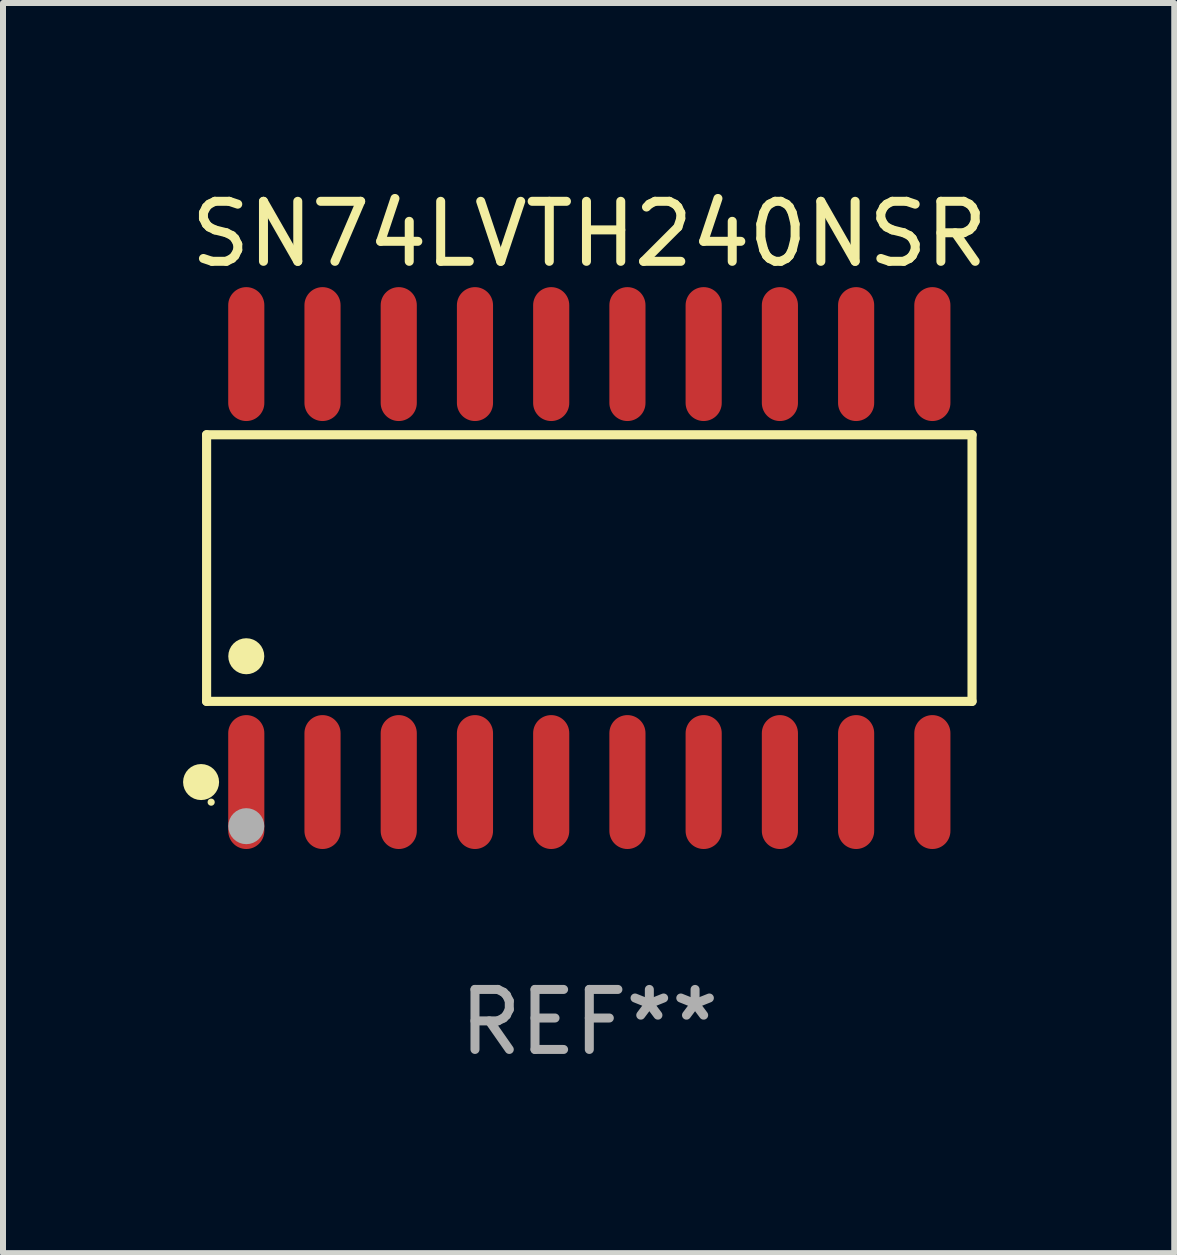
<source format=kicad_pcb>
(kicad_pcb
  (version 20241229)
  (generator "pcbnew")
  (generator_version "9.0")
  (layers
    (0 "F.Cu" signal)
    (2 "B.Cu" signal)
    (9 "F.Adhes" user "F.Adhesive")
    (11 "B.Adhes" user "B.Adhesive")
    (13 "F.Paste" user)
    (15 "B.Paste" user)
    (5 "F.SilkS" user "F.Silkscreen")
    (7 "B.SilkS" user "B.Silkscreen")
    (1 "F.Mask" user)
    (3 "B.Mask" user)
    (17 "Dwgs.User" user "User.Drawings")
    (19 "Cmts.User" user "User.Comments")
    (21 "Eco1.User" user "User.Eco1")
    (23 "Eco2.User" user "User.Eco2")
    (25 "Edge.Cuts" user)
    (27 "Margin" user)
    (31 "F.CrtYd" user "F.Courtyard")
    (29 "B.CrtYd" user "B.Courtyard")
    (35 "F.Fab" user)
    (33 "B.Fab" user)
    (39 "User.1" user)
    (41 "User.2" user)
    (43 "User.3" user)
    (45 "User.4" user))
  (footprint "SN74LVTH240NSR"
    (layer "F.Cu")
    (at 6.768 6.414)
    (property "Reference" "SN74LVTH240NSR" (at 0 -5.565 0) (layer "F.SilkS") (effects (font (size 1 1) (thickness 0.15))))
    (attr through_hole)
    (fp_line (start -6.376 -2.221) (end 6.376 -2.221) (stroke (width 0.152) (type solid)) (layer "F.SilkS"))
    (fp_line (start -6.376 2.221) (end -6.376 -2.221) (stroke (width 0.152) (type solid)) (layer "F.SilkS"))
    (fp_line (start 6.376 -2.221) (end 6.376 2.221) (stroke (width 0.152) (type solid)) (layer "F.SilkS"))
    (fp_line (start 6.376 2.221) (end -6.376 2.221) (stroke (width 0.152) (type solid)) (layer "F.SilkS"))
    (fp_circle (center -6.468 3.565) (end -6.318 3.565) (stroke (width 0.3) (type solid)) (fill no) (layer "F.SilkS"))
    (fp_circle (center -6.3 3.9) (end -6.27 3.9) (stroke (width 0.06) (type solid)) (fill no) (layer "F.SilkS"))
    (fp_circle (center -5.715 1.469) (end -5.565 1.469) (stroke (width 0.3) (type solid)) (fill no) (layer "F.SilkS"))
    (fp_circle (center -5.715 4.3) (end -5.565 4.3) (stroke (width 0.3) (type solid)) (fill no) (layer "F.Fab"))
    (fp_text user "REF**" (at 0 7.565 0) (layer "F.Fab") (effects (font (size 1 1) (thickness 0.15))))
    (pad "1" smd oval (at -5.715 3.565) (size 0.602 2.231) (layers "F.Cu" "F.Mask" "F.Paste"))
    (pad "2" smd oval (at -4.445 3.565) (size 0.602 2.231) (layers "F.Cu" "F.Mask" "F.Paste"))
    (pad "3" smd oval (at -3.175 3.565) (size 0.602 2.231) (layers "F.Cu" "F.Mask" "F.Paste"))
    (pad "4" smd oval (at -1.905 3.565) (size 0.602 2.231) (layers "F.Cu" "F.Mask" "F.Paste"))
    (pad "5" smd oval (at -0.635 3.565) (size 0.602 2.231) (layers "F.Cu" "F.Mask" "F.Paste"))
    (pad "6" smd oval (at 0.635 3.565) (size 0.602 2.231) (layers "F.Cu" "F.Mask" "F.Paste"))
    (pad "7" smd oval (at 1.905 3.565) (size 0.602 2.231) (layers "F.Cu" "F.Mask" "F.Paste"))
    (pad "8" smd oval (at 3.175 3.565) (size 0.602 2.231) (layers "F.Cu" "F.Mask" "F.Paste"))
    (pad "9" smd oval (at 4.445 3.565) (size 0.602 2.231) (layers "F.Cu" "F.Mask" "F.Paste"))
    (pad "10" smd oval (at 5.715 3.565) (size 0.602 2.231) (layers "F.Cu" "F.Mask" "F.Paste"))
    (pad "11" smd oval (at 5.715 -3.565) (size 0.602 2.231) (layers "F.Cu" "F.Mask" "F.Paste"))
    (pad "12" smd oval (at 4.445 -3.565) (size 0.602 2.231) (layers "F.Cu" "F.Mask" "F.Paste"))
    (pad "13" smd oval (at 3.175 -3.565) (size 0.602 2.231) (layers "F.Cu" "F.Mask" "F.Paste"))
    (pad "14" smd oval (at 1.905 -3.565) (size 0.602 2.231) (layers "F.Cu" "F.Mask" "F.Paste"))
    (pad "15" smd oval (at 0.635 -3.565) (size 0.602 2.231) (layers "F.Cu" "F.Mask" "F.Paste"))
    (pad "16" smd oval (at -0.635 -3.565) (size 0.602 2.231) (layers "F.Cu" "F.Mask" "F.Paste"))
    (pad "17" smd oval (at -1.905 -3.565) (size 0.602 2.231) (layers "F.Cu" "F.Mask" "F.Paste"))
    (pad "18" smd oval (at -3.175 -3.565) (size 0.602 2.231) (layers "F.Cu" "F.Mask" "F.Paste"))
    (pad "19" smd oval (at -4.445 -3.565) (size 0.602 2.231) (layers "F.Cu" "F.Mask" "F.Paste"))
    (pad "20" smd oval (at -5.715 -3.565) (size 0.602 2.231) (layers "F.Cu" "F.Mask" "F.Paste")))
  (gr_rect
    (start -3 -3)
    (end 16.513 17.827)
    (stroke (width 0.1) (type default))
    (fill no)
    (layer "Edge.Cuts")))
</source>
